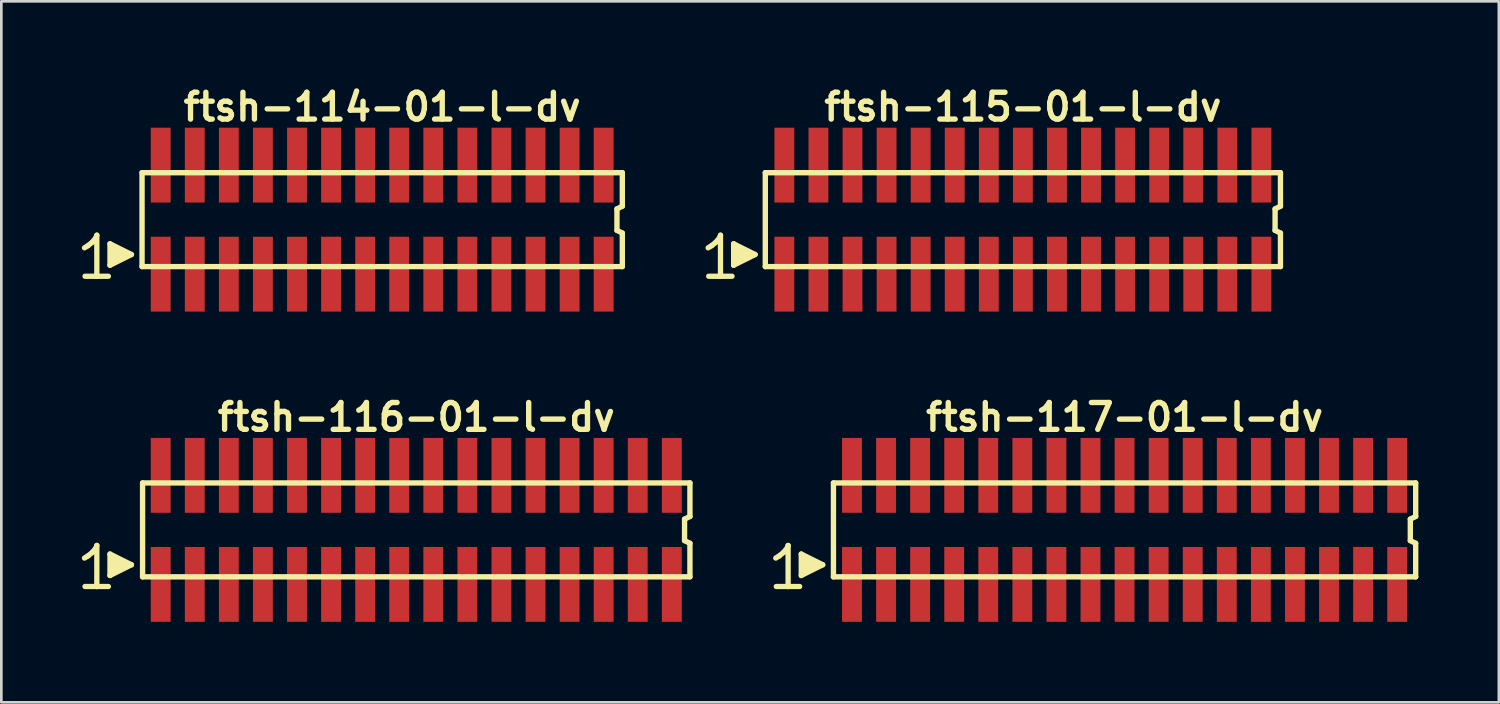
<source format=kicad_pcb>
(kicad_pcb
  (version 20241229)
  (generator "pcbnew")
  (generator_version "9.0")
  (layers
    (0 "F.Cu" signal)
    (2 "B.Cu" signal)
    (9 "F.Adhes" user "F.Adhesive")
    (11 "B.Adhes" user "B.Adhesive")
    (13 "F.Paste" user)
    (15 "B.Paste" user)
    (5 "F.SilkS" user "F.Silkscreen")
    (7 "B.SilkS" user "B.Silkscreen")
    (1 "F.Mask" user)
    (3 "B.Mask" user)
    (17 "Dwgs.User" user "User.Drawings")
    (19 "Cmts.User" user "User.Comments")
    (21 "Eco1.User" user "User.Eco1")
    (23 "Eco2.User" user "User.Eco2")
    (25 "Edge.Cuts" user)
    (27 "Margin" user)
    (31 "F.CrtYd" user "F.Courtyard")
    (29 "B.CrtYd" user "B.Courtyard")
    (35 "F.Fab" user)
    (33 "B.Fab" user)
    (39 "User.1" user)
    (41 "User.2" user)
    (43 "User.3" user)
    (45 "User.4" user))
  (footprint "ftsh-115-01-l-dv"
    (layer "F.Cu")
    (at 35.073 5.136)
    (property "Reference" "ftsh-115-01-l-dv" (at 0 -4.2 0) (layer "F.SilkS") (effects (font (size 1 1) (thickness 0.2))))
    (attr through_hole)
    (fp_line (start -11.73 1.05) (end -11.6 0.97) (stroke (width 0.198) (type solid)) (layer "F.SilkS"))
    (fp_line (start -11.6 0.97) (end -11.44 0.84) (stroke (width 0.198) (type solid)) (layer "F.SilkS"))
    (fp_line (start -11.44 0.84) (end -11.3 0.67) (stroke (width 0.198) (type solid)) (layer "F.SilkS"))
    (fp_line (start -11.3 0.67) (end -11.27 0.58) (stroke (width 0.198) (type solid)) (layer "F.SilkS"))
    (fp_line (start -11.27 0.58) (end -11.27 2.11) (stroke (width 0.198) (type solid)) (layer "F.SilkS"))
    (fp_line (start -11.27 2.11) (end -11.71 2.11) (stroke (width 0.198) (type solid)) (layer "F.SilkS"))
    (fp_line (start -10.84 2.11) (end -11.28 2.11) (stroke (width 0.198) (type solid)) (layer "F.SilkS"))
    (fp_line (start -10.78 0.9) (end -9.98 1.3) (stroke (width 0.198) (type solid)) (layer "F.SilkS"))
    (fp_line (start -10.78 1.7) (end -10.78 0.9) (stroke (width 0.198) (type solid)) (layer "F.SilkS"))
    (fp_line (start -10.68 1.6) (end -10.68 1) (stroke (width 0.198) (type solid)) (layer "F.SilkS"))
    (fp_line (start -10.58 1.1) (end -10.58 1.5) (stroke (width 0.198) (type solid)) (layer "F.SilkS"))
    (fp_line (start -10.48 1.5) (end -10.48 1.1) (stroke (width 0.198) (type solid)) (layer "F.SilkS"))
    (fp_line (start -10.38 1.2) (end -10.38 1.4) (stroke (width 0.198) (type solid)) (layer "F.SilkS"))
    (fp_line (start -10.28 1.4) (end -10.28 1.2) (stroke (width 0.198) (type solid)) (layer "F.SilkS"))
    (fp_line (start -9.98 1.3) (end -10.78 1.7) (stroke (width 0.198) (type solid)) (layer "F.SilkS"))
    (fp_line (start -9.6 -1.75) (end -9.6 1.75) (stroke (width 0.2) (type solid)) (layer "F.SilkS"))
    (fp_line (start -9.6 -1.75) (end 9.6 -1.75) (stroke (width 0.2) (type solid)) (layer "F.SilkS"))
    (fp_line (start -9.6 1.75) (end 9.6 1.75) (stroke (width 0.2) (type solid)) (layer "F.SilkS"))
    (fp_line (start 9.4 -0.4) (end 9.4 0.4) (stroke (width 0.2) (type solid)) (layer "F.SilkS"))
    (fp_line (start 9.4 0.4) (end 9.6 0.5) (stroke (width 0.2) (type solid)) (layer "F.SilkS"))
    (fp_line (start 9.6 -0.5) (end 9.4 -0.4) (stroke (width 0.2) (type solid)) (layer "F.SilkS"))
    (fp_line (start 9.6 -0.5) (end 9.6 -1.75) (stroke (width 0.2) (type solid)) (layer "F.SilkS"))
    (fp_line (start 9.6 0.5) (end 9.6 1.75) (stroke (width 0.2) (type solid)) (layer "F.SilkS"))
    (pad "1" smd rect (at -8.89 2.032) (size 0.74 2.79) (layers "F.Cu" "F.Mask" "F.Paste"))
    (pad "2" smd rect (at -8.89 -2.032) (size 0.74 2.79) (layers "F.Cu" "F.Mask" "F.Paste"))
    (pad "3" smd rect (at -7.62 2.032) (size 0.74 2.79) (layers "F.Cu" "F.Mask" "F.Paste"))
    (pad "4" smd rect (at -7.62 -2.032) (size 0.74 2.79) (layers "F.Cu" "F.Mask" "F.Paste"))
    (pad "5" smd rect (at -6.35 2.032) (size 0.74 2.79) (layers "F.Cu" "F.Mask" "F.Paste"))
    (pad "6" smd rect (at -6.35 -2.032) (size 0.74 2.79) (layers "F.Cu" "F.Mask" "F.Paste"))
    (pad "7" smd rect (at -5.08 2.032) (size 0.74 2.79) (layers "F.Cu" "F.Mask" "F.Paste"))
    (pad "8" smd rect (at -5.08 -2.032) (size 0.74 2.79) (layers "F.Cu" "F.Mask" "F.Paste"))
    (pad "9" smd rect (at -3.81 2.032) (size 0.74 2.79) (layers "F.Cu" "F.Mask" "F.Paste"))
    (pad "10" smd rect (at -3.81 -2.032) (size 0.74 2.79) (layers "F.Cu" "F.Mask" "F.Paste"))
    (pad "11" smd rect (at -2.54 2.032) (size 0.74 2.79) (layers "F.Cu" "F.Mask" "F.Paste"))
    (pad "12" smd rect (at -2.54 -2.032) (size 0.74 2.79) (layers "F.Cu" "F.Mask" "F.Paste"))
    (pad "13" smd rect (at -1.27 2.032) (size 0.74 2.79) (layers "F.Cu" "F.Mask" "F.Paste"))
    (pad "14" smd rect (at -1.27 -2.032) (size 0.74 2.79) (layers "F.Cu" "F.Mask" "F.Paste"))
    (pad "15" smd rect (at 0 2.032) (size 0.74 2.79) (layers "F.Cu" "F.Mask" "F.Paste"))
    (pad "16" smd rect (at 0 -2.032) (size 0.74 2.79) (layers "F.Cu" "F.Mask" "F.Paste"))
    (pad "17" smd rect (at 1.27 2.032) (size 0.74 2.79) (layers "F.Cu" "F.Mask" "F.Paste"))
    (pad "18" smd rect (at 1.27 -2.032) (size 0.74 2.79) (layers "F.Cu" "F.Mask" "F.Paste"))
    (pad "19" smd rect (at 2.54 2.032) (size 0.74 2.79) (layers "F.Cu" "F.Mask" "F.Paste"))
    (pad "20" smd rect (at 2.54 -2.032) (size 0.74 2.79) (layers "F.Cu" "F.Mask" "F.Paste"))
    (pad "21" smd rect (at 3.81 2.032) (size 0.74 2.79) (layers "F.Cu" "F.Mask" "F.Paste"))
    (pad "22" smd rect (at 3.81 -2.032) (size 0.74 2.79) (layers "F.Cu" "F.Mask" "F.Paste"))
    (pad "23" smd rect (at 5.08 2.032) (size 0.74 2.79) (layers "F.Cu" "F.Mask" "F.Paste"))
    (pad "24" smd rect (at 5.08 -2.032) (size 0.74 2.79) (layers "F.Cu" "F.Mask" "F.Paste"))
    (pad "25" smd rect (at 6.35 2.032) (size 0.74 2.79) (layers "F.Cu" "F.Mask" "F.Paste"))
    (pad "26" smd rect (at 6.35 -2.032) (size 0.74 2.79) (layers "F.Cu" "F.Mask" "F.Paste"))
    (pad "27" smd rect (at 7.62 2.032) (size 0.74 2.79) (layers "F.Cu" "F.Mask" "F.Paste"))
    (pad "28" smd rect (at 7.62 -2.032) (size 0.74 2.79) (layers "F.Cu" "F.Mask" "F.Paste"))
    (pad "29" smd rect (at 8.89 2.032) (size 0.74 2.79) (layers "F.Cu" "F.Mask" "F.Paste"))
    (pad "30" smd rect (at 8.89 -2.032) (size 0.74 2.79) (layers "F.Cu" "F.Mask" "F.Paste")))
  (footprint "ftsh-116-01-l-dv"
    (layer "F.Cu")
    (at 12.464 16.699)
    (property "Reference" "ftsh-116-01-l-dv" (at 0 -4.2 0) (layer "F.SilkS") (effects (font (size 1 1) (thickness 0.2))))
    (attr through_hole)
    (fp_line (start -12.365 1.05) (end -12.235 0.97) (stroke (width 0.198) (type solid)) (layer "F.SilkS"))
    (fp_line (start -12.235 0.97) (end -12.075 0.84) (stroke (width 0.198) (type solid)) (layer "F.SilkS"))
    (fp_line (start -12.075 0.84) (end -11.935 0.67) (stroke (width 0.198) (type solid)) (layer "F.SilkS"))
    (fp_line (start -11.935 0.67) (end -11.905 0.58) (stroke (width 0.198) (type solid)) (layer "F.SilkS"))
    (fp_line (start -11.905 0.58) (end -11.905 2.11) (stroke (width 0.198) (type solid)) (layer "F.SilkS"))
    (fp_line (start -11.905 2.11) (end -12.345 2.11) (stroke (width 0.198) (type solid)) (layer "F.SilkS"))
    (fp_line (start -11.475 2.11) (end -11.915 2.11) (stroke (width 0.198) (type solid)) (layer "F.SilkS"))
    (fp_line (start -11.415 0.9) (end -10.615 1.3) (stroke (width 0.198) (type solid)) (layer "F.SilkS"))
    (fp_line (start -11.415 1.7) (end -11.415 0.9) (stroke (width 0.198) (type solid)) (layer "F.SilkS"))
    (fp_line (start -11.315 1.6) (end -11.315 1) (stroke (width 0.198) (type solid)) (layer "F.SilkS"))
    (fp_line (start -11.215 1.1) (end -11.215 1.5) (stroke (width 0.198) (type solid)) (layer "F.SilkS"))
    (fp_line (start -11.115 1.5) (end -11.115 1.1) (stroke (width 0.198) (type solid)) (layer "F.SilkS"))
    (fp_line (start -11.015 1.2) (end -11.015 1.4) (stroke (width 0.198) (type solid)) (layer "F.SilkS"))
    (fp_line (start -10.915 1.4) (end -10.915 1.2) (stroke (width 0.198) (type solid)) (layer "F.SilkS"))
    (fp_line (start -10.615 1.3) (end -11.415 1.7) (stroke (width 0.198) (type solid)) (layer "F.SilkS"))
    (fp_line (start -10.2 -1.75) (end -10.2 1.75) (stroke (width 0.2) (type solid)) (layer "F.SilkS"))
    (fp_line (start -10.2 -1.75) (end 10.2 -1.75) (stroke (width 0.2) (type solid)) (layer "F.SilkS"))
    (fp_line (start -10.2 1.75) (end 10.2 1.75) (stroke (width 0.2) (type solid)) (layer "F.SilkS"))
    (fp_line (start 10 -0.4) (end 10 0.4) (stroke (width 0.2) (type solid)) (layer "F.SilkS"))
    (fp_line (start 10 0.4) (end 10.2 0.5) (stroke (width 0.2) (type solid)) (layer "F.SilkS"))
    (fp_line (start 10.2 -0.5) (end 10 -0.4) (stroke (width 0.2) (type solid)) (layer "F.SilkS"))
    (fp_line (start 10.2 -0.5) (end 10.2 -1.75) (stroke (width 0.2) (type solid)) (layer "F.SilkS"))
    (fp_line (start 10.2 0.5) (end 10.2 1.75) (stroke (width 0.2) (type solid)) (layer "F.SilkS"))
    (pad "1" smd rect (at -9.525 2.032) (size 0.74 2.79) (layers "F.Cu" "F.Mask" "F.Paste"))
    (pad "2" smd rect (at -9.525 -2.032) (size 0.74 2.79) (layers "F.Cu" "F.Mask" "F.Paste"))
    (pad "3" smd rect (at -8.255 2.032) (size 0.74 2.79) (layers "F.Cu" "F.Mask" "F.Paste"))
    (pad "4" smd rect (at -8.255 -2.032) (size 0.74 2.79) (layers "F.Cu" "F.Mask" "F.Paste"))
    (pad "5" smd rect (at -6.985 2.032) (size 0.74 2.79) (layers "F.Cu" "F.Mask" "F.Paste"))
    (pad "6" smd rect (at -6.985 -2.032) (size 0.74 2.79) (layers "F.Cu" "F.Mask" "F.Paste"))
    (pad "7" smd rect (at -5.715 2.032) (size 0.74 2.79) (layers "F.Cu" "F.Mask" "F.Paste"))
    (pad "8" smd rect (at -5.715 -2.032) (size 0.74 2.79) (layers "F.Cu" "F.Mask" "F.Paste"))
    (pad "9" smd rect (at -4.445 2.032) (size 0.74 2.79) (layers "F.Cu" "F.Mask" "F.Paste"))
    (pad "10" smd rect (at -4.445 -2.032) (size 0.74 2.79) (layers "F.Cu" "F.Mask" "F.Paste"))
    (pad "11" smd rect (at -3.175 2.032) (size 0.74 2.79) (layers "F.Cu" "F.Mask" "F.Paste"))
    (pad "12" smd rect (at -3.175 -2.032) (size 0.74 2.79) (layers "F.Cu" "F.Mask" "F.Paste"))
    (pad "13" smd rect (at -1.905 2.032) (size 0.74 2.79) (layers "F.Cu" "F.Mask" "F.Paste"))
    (pad "14" smd rect (at -1.905 -2.032) (size 0.74 2.79) (layers "F.Cu" "F.Mask" "F.Paste"))
    (pad "15" smd rect (at -0.635 2.032) (size 0.74 2.79) (layers "F.Cu" "F.Mask" "F.Paste"))
    (pad "16" smd rect (at -0.635 -2.032) (size 0.74 2.79) (layers "F.Cu" "F.Mask" "F.Paste"))
    (pad "17" smd rect (at 0.635 2.032) (size 0.74 2.79) (layers "F.Cu" "F.Mask" "F.Paste"))
    (pad "18" smd rect (at 0.635 -2.032) (size 0.74 2.79) (layers "F.Cu" "F.Mask" "F.Paste"))
    (pad "19" smd rect (at 1.905 2.032) (size 0.74 2.79) (layers "F.Cu" "F.Mask" "F.Paste"))
    (pad "20" smd rect (at 1.905 -2.032) (size 0.74 2.79) (layers "F.Cu" "F.Mask" "F.Paste"))
    (pad "21" smd rect (at 3.175 2.032) (size 0.74 2.79) (layers "F.Cu" "F.Mask" "F.Paste"))
    (pad "22" smd rect (at 3.175 -2.032) (size 0.74 2.79) (layers "F.Cu" "F.Mask" "F.Paste"))
    (pad "23" smd rect (at 4.445 2.032) (size 0.74 2.79) (layers "F.Cu" "F.Mask" "F.Paste"))
    (pad "24" smd rect (at 4.445 -2.032) (size 0.74 2.79) (layers "F.Cu" "F.Mask" "F.Paste"))
    (pad "25" smd rect (at 5.715 2.032) (size 0.74 2.79) (layers "F.Cu" "F.Mask" "F.Paste"))
    (pad "26" smd rect (at 5.715 -2.032) (size 0.74 2.79) (layers "F.Cu" "F.Mask" "F.Paste"))
    (pad "27" smd rect (at 6.985 2.032) (size 0.74 2.79) (layers "F.Cu" "F.Mask" "F.Paste"))
    (pad "28" smd rect (at 6.985 -2.032) (size 0.74 2.79) (layers "F.Cu" "F.Mask" "F.Paste"))
    (pad "29" smd rect (at 8.255 2.032) (size 0.74 2.79) (layers "F.Cu" "F.Mask" "F.Paste"))
    (pad "30" smd rect (at 8.255 -2.032) (size 0.74 2.79) (layers "F.Cu" "F.Mask" "F.Paste"))
    (pad "31" smd rect (at 9.525 2.032) (size 0.74 2.79) (layers "F.Cu" "F.Mask" "F.Paste"))
    (pad "32" smd rect (at 9.525 -2.032) (size 0.74 2.79) (layers "F.Cu" "F.Mask" "F.Paste")))
  (footprint "ftsh-117-01-l-dv"
    (layer "F.Cu")
    (at 38.863 16.699)
    (property "Reference" "ftsh-117-01-l-dv" (at 0 -4.2 0) (layer "F.SilkS") (effects (font (size 1 1) (thickness 0.2))))
    (attr through_hole)
    (fp_line (start -13 1.05) (end -12.87 0.97) (stroke (width 0.198) (type solid)) (layer "F.SilkS"))
    (fp_line (start -12.87 0.97) (end -12.71 0.84) (stroke (width 0.198) (type solid)) (layer "F.SilkS"))
    (fp_line (start -12.71 0.84) (end -12.57 0.67) (stroke (width 0.198) (type solid)) (layer "F.SilkS"))
    (fp_line (start -12.57 0.67) (end -12.54 0.58) (stroke (width 0.198) (type solid)) (layer "F.SilkS"))
    (fp_line (start -12.54 0.58) (end -12.54 2.11) (stroke (width 0.198) (type solid)) (layer "F.SilkS"))
    (fp_line (start -12.54 2.11) (end -12.98 2.11) (stroke (width 0.198) (type solid)) (layer "F.SilkS"))
    (fp_line (start -12.11 2.11) (end -12.55 2.11) (stroke (width 0.198) (type solid)) (layer "F.SilkS"))
    (fp_line (start -12.05 0.9) (end -11.25 1.3) (stroke (width 0.198) (type solid)) (layer "F.SilkS"))
    (fp_line (start -12.05 1.7) (end -12.05 0.9) (stroke (width 0.198) (type solid)) (layer "F.SilkS"))
    (fp_line (start -11.95 1.6) (end -11.95 1) (stroke (width 0.198) (type solid)) (layer "F.SilkS"))
    (fp_line (start -11.85 1.1) (end -11.85 1.5) (stroke (width 0.198) (type solid)) (layer "F.SilkS"))
    (fp_line (start -11.75 1.5) (end -11.75 1.1) (stroke (width 0.198) (type solid)) (layer "F.SilkS"))
    (fp_line (start -11.65 1.2) (end -11.65 1.4) (stroke (width 0.198) (type solid)) (layer "F.SilkS"))
    (fp_line (start -11.55 1.4) (end -11.55 1.2) (stroke (width 0.198) (type solid)) (layer "F.SilkS"))
    (fp_line (start -11.25 1.3) (end -12.05 1.7) (stroke (width 0.198) (type solid)) (layer "F.SilkS"))
    (fp_line (start -10.85 -1.75) (end -10.85 1.75) (stroke (width 0.2) (type solid)) (layer "F.SilkS"))
    (fp_line (start -10.85 -1.75) (end 10.85 -1.75) (stroke (width 0.2) (type solid)) (layer "F.SilkS"))
    (fp_line (start -10.85 1.75) (end 10.85 1.75) (stroke (width 0.2) (type solid)) (layer "F.SilkS"))
    (fp_line (start 10.65 -0.4) (end 10.65 0.4) (stroke (width 0.2) (type solid)) (layer "F.SilkS"))
    (fp_line (start 10.65 0.4) (end 10.85 0.5) (stroke (width 0.2) (type solid)) (layer "F.SilkS"))
    (fp_line (start 10.85 -0.5) (end 10.65 -0.4) (stroke (width 0.2) (type solid)) (layer "F.SilkS"))
    (fp_line (start 10.85 -0.5) (end 10.85 -1.75) (stroke (width 0.2) (type solid)) (layer "F.SilkS"))
    (fp_line (start 10.85 0.5) (end 10.85 1.75) (stroke (width 0.2) (type solid)) (layer "F.SilkS"))
    (pad "1" smd rect (at -10.16 2.032) (size 0.74 2.79) (layers "F.Cu" "F.Mask" "F.Paste"))
    (pad "2" smd rect (at -10.16 -2.032) (size 0.74 2.79) (layers "F.Cu" "F.Mask" "F.Paste"))
    (pad "3" smd rect (at -8.89 2.032) (size 0.74 2.79) (layers "F.Cu" "F.Mask" "F.Paste"))
    (pad "4" smd rect (at -8.89 -2.032) (size 0.74 2.79) (layers "F.Cu" "F.Mask" "F.Paste"))
    (pad "5" smd rect (at -7.62 2.032) (size 0.74 2.79) (layers "F.Cu" "F.Mask" "F.Paste"))
    (pad "6" smd rect (at -7.62 -2.032) (size 0.74 2.79) (layers "F.Cu" "F.Mask" "F.Paste"))
    (pad "7" smd rect (at -6.35 2.032) (size 0.74 2.79) (layers "F.Cu" "F.Mask" "F.Paste"))
    (pad "8" smd rect (at -6.35 -2.032) (size 0.74 2.79) (layers "F.Cu" "F.Mask" "F.Paste"))
    (pad "9" smd rect (at -5.08 2.032) (size 0.74 2.79) (layers "F.Cu" "F.Mask" "F.Paste"))
    (pad "10" smd rect (at -5.08 -2.032) (size 0.74 2.79) (layers "F.Cu" "F.Mask" "F.Paste"))
    (pad "11" smd rect (at -3.81 2.032) (size 0.74 2.79) (layers "F.Cu" "F.Mask" "F.Paste"))
    (pad "12" smd rect (at -3.81 -2.032) (size 0.74 2.79) (layers "F.Cu" "F.Mask" "F.Paste"))
    (pad "13" smd rect (at -2.54 2.032) (size 0.74 2.79) (layers "F.Cu" "F.Mask" "F.Paste"))
    (pad "14" smd rect (at -2.54 -2.032) (size 0.74 2.79) (layers "F.Cu" "F.Mask" "F.Paste"))
    (pad "15" smd rect (at -1.27 2.032) (size 0.74 2.79) (layers "F.Cu" "F.Mask" "F.Paste"))
    (pad "16" smd rect (at -1.27 -2.032) (size 0.74 2.79) (layers "F.Cu" "F.Mask" "F.Paste"))
    (pad "17" smd rect (at 0 2.032) (size 0.74 2.79) (layers "F.Cu" "F.Mask" "F.Paste"))
    (pad "18" smd rect (at 0 -2.032) (size 0.74 2.79) (layers "F.Cu" "F.Mask" "F.Paste"))
    (pad "19" smd rect (at 1.27 2.032) (size 0.74 2.79) (layers "F.Cu" "F.Mask" "F.Paste"))
    (pad "20" smd rect (at 1.27 -2.032) (size 0.74 2.79) (layers "F.Cu" "F.Mask" "F.Paste"))
    (pad "21" smd rect (at 2.54 2.032) (size 0.74 2.79) (layers "F.Cu" "F.Mask" "F.Paste"))
    (pad "22" smd rect (at 2.54 -2.032) (size 0.74 2.79) (layers "F.Cu" "F.Mask" "F.Paste"))
    (pad "23" smd rect (at 3.81 2.032) (size 0.74 2.79) (layers "F.Cu" "F.Mask" "F.Paste"))
    (pad "24" smd rect (at 3.81 -2.032) (size 0.74 2.79) (layers "F.Cu" "F.Mask" "F.Paste"))
    (pad "25" smd rect (at 5.08 2.032) (size 0.74 2.79) (layers "F.Cu" "F.Mask" "F.Paste"))
    (pad "26" smd rect (at 5.08 -2.032) (size 0.74 2.79) (layers "F.Cu" "F.Mask" "F.Paste"))
    (pad "27" smd rect (at 6.35 2.032) (size 0.74 2.79) (layers "F.Cu" "F.Mask" "F.Paste"))
    (pad "28" smd rect (at 6.35 -2.032) (size 0.74 2.79) (layers "F.Cu" "F.Mask" "F.Paste"))
    (pad "29" smd rect (at 7.62 2.032) (size 0.74 2.79) (layers "F.Cu" "F.Mask" "F.Paste"))
    (pad "30" smd rect (at 7.62 -2.032) (size 0.74 2.79) (layers "F.Cu" "F.Mask" "F.Paste"))
    (pad "31" smd rect (at 8.89 2.032) (size 0.74 2.79) (layers "F.Cu" "F.Mask" "F.Paste"))
    (pad "32" smd rect (at 8.89 -2.032) (size 0.74 2.79) (layers "F.Cu" "F.Mask" "F.Paste"))
    (pad "33" smd rect (at 10.16 2.032) (size 0.74 2.79) (layers "F.Cu" "F.Mask" "F.Paste"))
    (pad "34" smd rect (at 10.16 -2.032) (size 0.74 2.79) (layers "F.Cu" "F.Mask" "F.Paste")))
  (footprint "ftsh-114-01-l-dv"
    (layer "F.Cu")
    (at 11.194 5.136)
    (property "Reference" "ftsh-114-01-l-dv" (at 0 -4.2 0) (layer "F.SilkS") (effects (font (size 1 1) (thickness 0.2))))
    (attr through_hole)
    (fp_line (start -11.095 1.05) (end -10.965 0.97) (stroke (width 0.198) (type solid)) (layer "F.SilkS"))
    (fp_line (start -10.965 0.97) (end -10.805 0.84) (stroke (width 0.198) (type solid)) (layer "F.SilkS"))
    (fp_line (start -10.805 0.84) (end -10.665 0.67) (stroke (width 0.198) (type solid)) (layer "F.SilkS"))
    (fp_line (start -10.665 0.67) (end -10.635 0.58) (stroke (width 0.198) (type solid)) (layer "F.SilkS"))
    (fp_line (start -10.635 0.58) (end -10.635 2.11) (stroke (width 0.198) (type solid)) (layer "F.SilkS"))
    (fp_line (start -10.635 2.11) (end -11.075 2.11) (stroke (width 0.198) (type solid)) (layer "F.SilkS"))
    (fp_line (start -10.205 2.11) (end -10.645 2.11) (stroke (width 0.198) (type solid)) (layer "F.SilkS"))
    (fp_line (start -10.145 0.9) (end -9.345 1.3) (stroke (width 0.198) (type solid)) (layer "F.SilkS"))
    (fp_line (start -10.145 1.7) (end -10.145 0.9) (stroke (width 0.198) (type solid)) (layer "F.SilkS"))
    (fp_line (start -10.045 1.6) (end -10.045 1) (stroke (width 0.198) (type solid)) (layer "F.SilkS"))
    (fp_line (start -9.945 1.1) (end -9.945 1.5) (stroke (width 0.198) (type solid)) (layer "F.SilkS"))
    (fp_line (start -9.845 1.5) (end -9.845 1.1) (stroke (width 0.198) (type solid)) (layer "F.SilkS"))
    (fp_line (start -9.745 1.2) (end -9.745 1.4) (stroke (width 0.198) (type solid)) (layer "F.SilkS"))
    (fp_line (start -9.645 1.4) (end -9.645 1.2) (stroke (width 0.198) (type solid)) (layer "F.SilkS"))
    (fp_line (start -9.345 1.3) (end -10.145 1.7) (stroke (width 0.198) (type solid)) (layer "F.SilkS"))
    (fp_line (start -8.95 -1.75) (end -8.95 1.75) (stroke (width 0.2) (type solid)) (layer "F.SilkS"))
    (fp_line (start -8.95 -1.75) (end 8.95 -1.75) (stroke (width 0.2) (type solid)) (layer "F.SilkS"))
    (fp_line (start -8.95 1.75) (end 8.95 1.75) (stroke (width 0.2) (type solid)) (layer "F.SilkS"))
    (fp_line (start 8.75 -0.4) (end 8.75 0.4) (stroke (width 0.2) (type solid)) (layer "F.SilkS"))
    (fp_line (start 8.75 0.4) (end 8.95 0.5) (stroke (width 0.2) (type solid)) (layer "F.SilkS"))
    (fp_line (start 8.95 -0.5) (end 8.75 -0.4) (stroke (width 0.2) (type solid)) (layer "F.SilkS"))
    (fp_line (start 8.95 -0.5) (end 8.95 -1.75) (stroke (width 0.2) (type solid)) (layer "F.SilkS"))
    (fp_line (start 8.95 0.5) (end 8.95 1.75) (stroke (width 0.2) (type solid)) (layer "F.SilkS"))
    (pad "1" smd rect (at -8.255 2.032) (size 0.74 2.79) (layers "F.Cu" "F.Mask" "F.Paste"))
    (pad "2" smd rect (at -8.255 -2.032) (size 0.74 2.79) (layers "F.Cu" "F.Mask" "F.Paste"))
    (pad "3" smd rect (at -6.985 2.032) (size 0.74 2.79) (layers "F.Cu" "F.Mask" "F.Paste"))
    (pad "4" smd rect (at -6.985 -2.032) (size 0.74 2.79) (layers "F.Cu" "F.Mask" "F.Paste"))
    (pad "5" smd rect (at -5.715 2.032) (size 0.74 2.79) (layers "F.Cu" "F.Mask" "F.Paste"))
    (pad "6" smd rect (at -5.715 -2.032) (size 0.74 2.79) (layers "F.Cu" "F.Mask" "F.Paste"))
    (pad "7" smd rect (at -4.445 2.032) (size 0.74 2.79) (layers "F.Cu" "F.Mask" "F.Paste"))
    (pad "8" smd rect (at -4.445 -2.032) (size 0.74 2.79) (layers "F.Cu" "F.Mask" "F.Paste"))
    (pad "9" smd rect (at -3.175 2.032) (size 0.74 2.79) (layers "F.Cu" "F.Mask" "F.Paste"))
    (pad "10" smd rect (at -3.175 -2.032) (size 0.74 2.79) (layers "F.Cu" "F.Mask" "F.Paste"))
    (pad "11" smd rect (at -1.905 2.032) (size 0.74 2.79) (layers "F.Cu" "F.Mask" "F.Paste"))
    (pad "12" smd rect (at -1.905 -2.032) (size 0.74 2.79) (layers "F.Cu" "F.Mask" "F.Paste"))
    (pad "13" smd rect (at -0.635 2.032) (size 0.74 2.79) (layers "F.Cu" "F.Mask" "F.Paste"))
    (pad "14" smd rect (at -0.635 -2.032) (size 0.74 2.79) (layers "F.Cu" "F.Mask" "F.Paste"))
    (pad "15" smd rect (at 0.635 2.032) (size 0.74 2.79) (layers "F.Cu" "F.Mask" "F.Paste"))
    (pad "16" smd rect (at 0.635 -2.032) (size 0.74 2.79) (layers "F.Cu" "F.Mask" "F.Paste"))
    (pad "17" smd rect (at 1.905 2.032) (size 0.74 2.79) (layers "F.Cu" "F.Mask" "F.Paste"))
    (pad "18" smd rect (at 1.905 -2.032) (size 0.74 2.79) (layers "F.Cu" "F.Mask" "F.Paste"))
    (pad "19" smd rect (at 3.175 2.032) (size 0.74 2.79) (layers "F.Cu" "F.Mask" "F.Paste"))
    (pad "20" smd rect (at 3.175 -2.032) (size 0.74 2.79) (layers "F.Cu" "F.Mask" "F.Paste"))
    (pad "21" smd rect (at 4.445 2.032) (size 0.74 2.79) (layers "F.Cu" "F.Mask" "F.Paste"))
    (pad "22" smd rect (at 4.445 -2.032) (size 0.74 2.79) (layers "F.Cu" "F.Mask" "F.Paste"))
    (pad "23" smd rect (at 5.715 2.032) (size 0.74 2.79) (layers "F.Cu" "F.Mask" "F.Paste"))
    (pad "24" smd rect (at 5.715 -2.032) (size 0.74 2.79) (layers "F.Cu" "F.Mask" "F.Paste"))
    (pad "25" smd rect (at 6.985 2.032) (size 0.74 2.79) (layers "F.Cu" "F.Mask" "F.Paste"))
    (pad "26" smd rect (at 6.985 -2.032) (size 0.74 2.79) (layers "F.Cu" "F.Mask" "F.Paste"))
    (pad "27" smd rect (at 8.255 2.032) (size 0.74 2.79) (layers "F.Cu" "F.Mask" "F.Paste"))
    (pad "28" smd rect (at 8.255 -2.032) (size 0.74 2.79) (layers "F.Cu" "F.Mask" "F.Paste")))
  (gr_rect
    (start -3 -3)
    (end 52.813 23.126)
    (stroke (width 0.1) (type default))
    (fill no)
    (layer "Edge.Cuts")))
</source>
